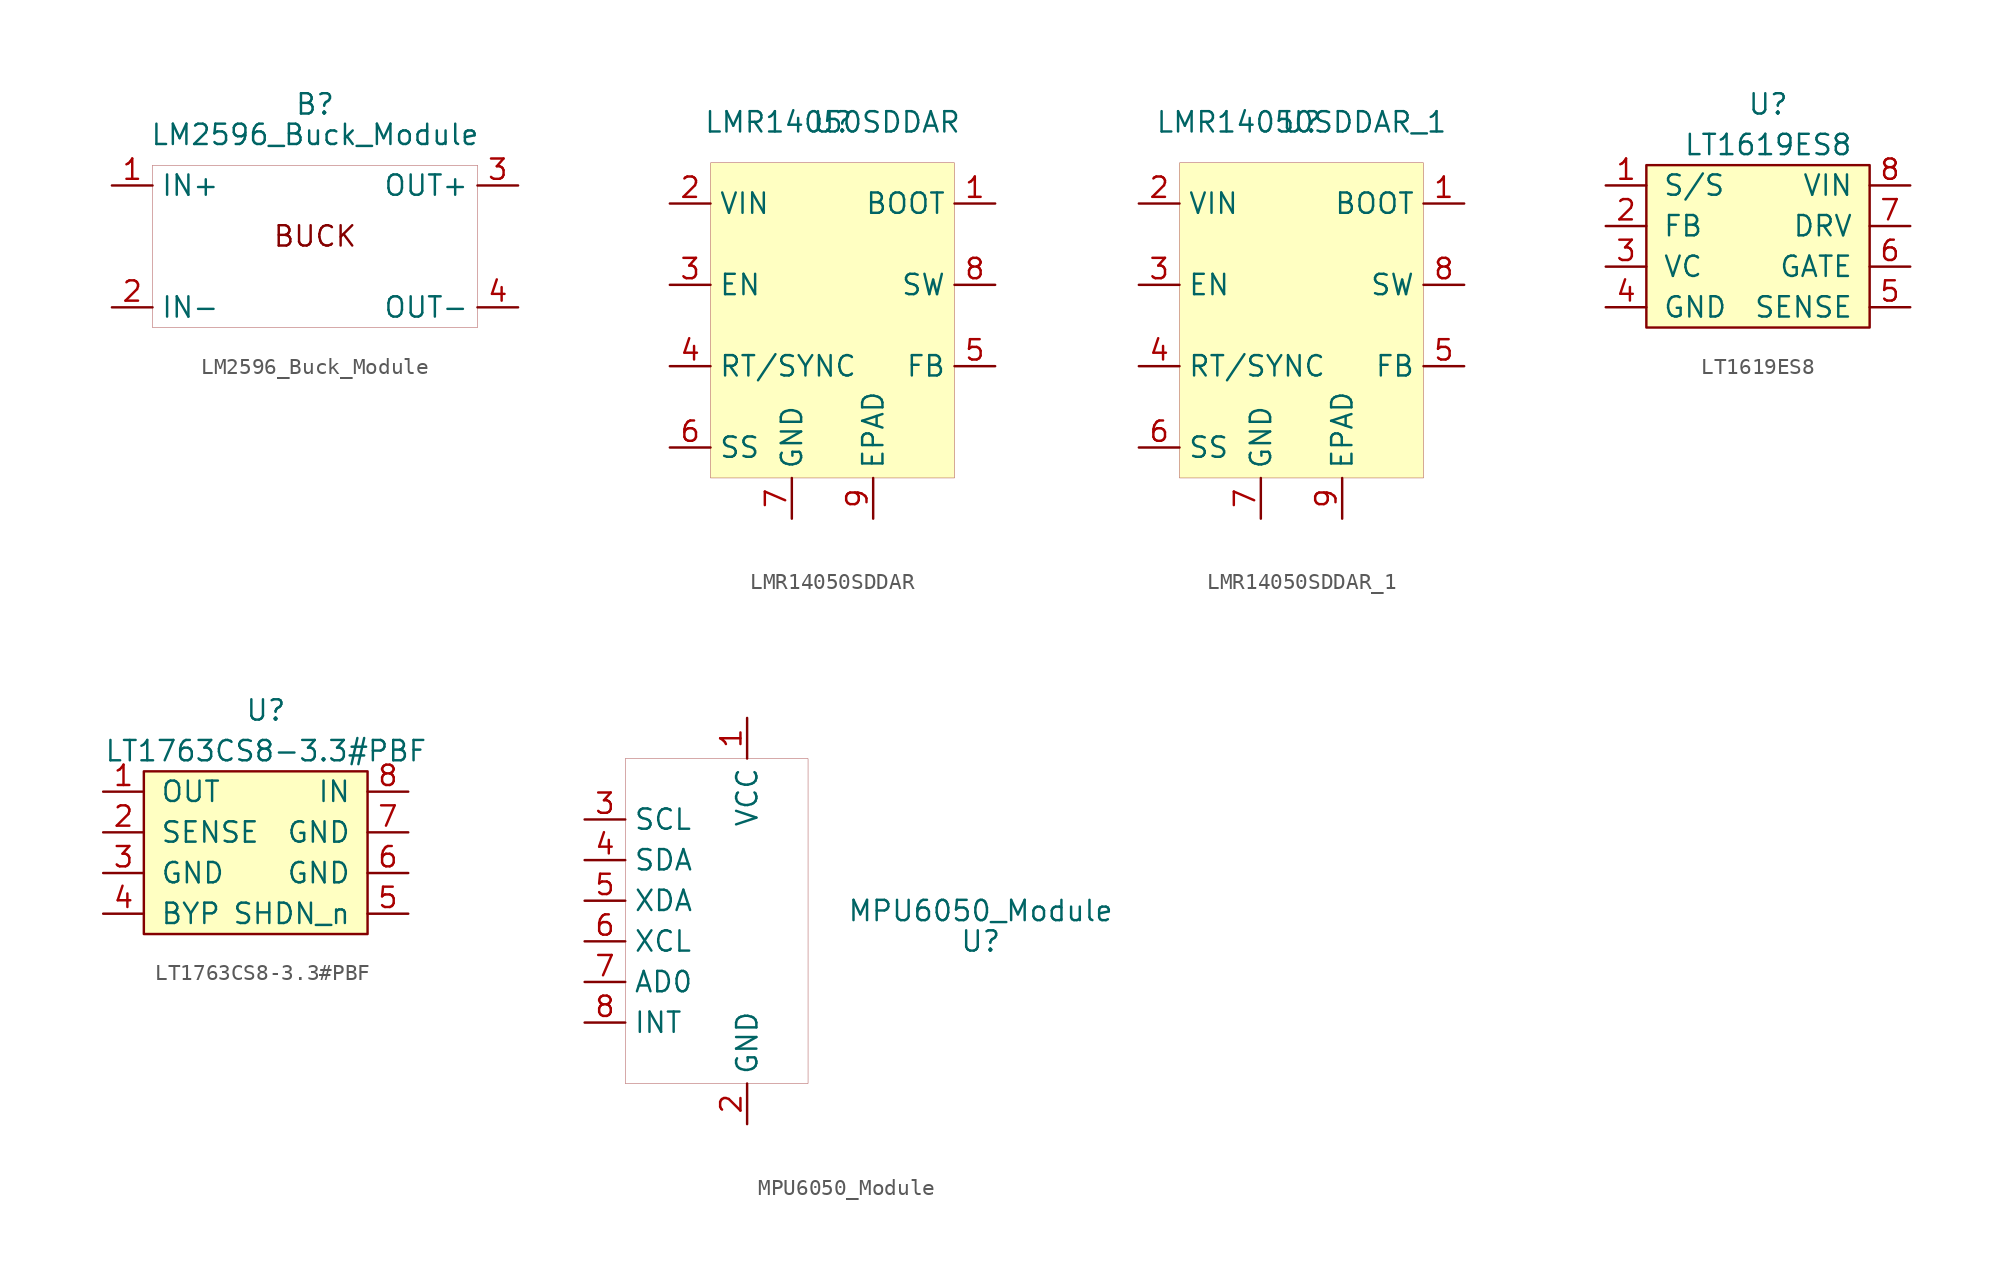
<source format=kicad_sym>
(kicad_symbol_lib
  (version 20211014)
  (generator kicad_symbol_editor)
  (symbol "LM2596_Buck_Module"
    (property "Reference" "B"
      (at 0 0 0)
      (effects (font (size 1.27 1.27))))
    (property "Value" "LM2596_Buck_Module"
      (at 0 -1.905 0)
      (effects (font (size 1.27 1.27))))
    (symbol "LM2596_Buck_Module_0_0"
      (text "BUCK" (at 0 -8.255 0) (effects (font (size 1.27 1.27)))))
    (symbol "LM2596_Buck_Module_0_1"
      (rectangle (start -10.16 -3.81) (end 10.16 -13.97) (stroke (width 0.001) (type default) (color 0 0 0 0)) (fill (type none))))
    (symbol "LM2596_Buck_Module_1_1"
      (pin power_in line (at -12.7 -5.08 0) (length 2.54) (name "IN+" (effects (font (size 1.27 1.27)))) (number "1" (effects (font (size 1.27 1.27)))))
      (pin power_in line (at -12.7 -12.7 0) (length 2.54) (name "IN-" (effects (font (size 1.27 1.27)))) (number "2" (effects (font (size 1.27 1.27)))))
      (pin power_out line (at 12.7 -5.08 180) (length 2.54) (name "OUT+" (effects (font (size 1.27 1.27)))) (number "3" (effects (font (size 1.27 1.27)))))
      (pin power_out line (at 12.7 -12.7 180) (length 2.54) (name "OUT-" (effects (font (size 1.27 1.27)))) (number "4" (effects (font (size 1.27 1.27)))))))
  (symbol "LMR14050SDDAR"
    (property "Reference" "U"
      (at 0 0 0)
      (effects (font (size 1.27 1.27))))
    (property "Value" "LMR14050SDDAR"
      (at 0 0 0)
      (effects (font (size 1.27 1.27))))
    (symbol "LMR14050SDDAR_0_1"
      (rectangle (start -7.62 -2.54) (end 7.62 -22.225) (stroke (width 0.001) (type default) (color 0 0 0 0)) (fill (type background))))
    (symbol "LMR14050SDDAR_1_1"
      (pin power_in line (at 10.16 -5.08 180) (length 2.54) (name "BOOT" (effects (font (size 1.27 1.27)))) (number "1" (effects (font (size 1.27 1.27)))))
      (pin power_in line (at -10.16 -5.08 0) (length 2.54) (name "VIN" (effects (font (size 1.27 1.27)))) (number "2" (effects (font (size 1.27 1.27)))))
      (pin input line (at -10.16 -10.16 0) (length 2.54) (name "EN" (effects (font (size 1.27 1.27)))) (number "3" (effects (font (size 1.27 1.27)))))
      (pin input line (at -10.16 -15.24 0) (length 2.54) (name "RT/SYNC" (effects (font (size 1.27 1.27)))) (number "4" (effects (font (size 1.27 1.27)))))
      (pin input line (at 10.16 -15.24 180) (length 2.54) (name "FB" (effects (font (size 1.27 1.27)))) (number "5" (effects (font (size 1.27 1.27)))))
      (pin input line (at -10.16 -20.32 0) (length 2.54) (name "SS" (effects (font (size 1.27 1.27)))) (number "6" (effects (font (size 1.27 1.27)))))
      (pin power_in line (at -2.54 -24.765 90) (length 2.54) (name "GND" (effects (font (size 1.27 1.27)))) (number "7" (effects (font (size 1.27 1.27)))))
      (pin output line (at 10.16 -10.16 180) (length 2.54) (name "SW" (effects (font (size 1.27 1.27)))) (number "8" (effects (font (size 1.27 1.27)))))
      (pin power_in line (at 2.54 -24.765 90) (length 2.54) (name "EPAD" (effects (font (size 1.27 1.27)))) (number "9" (effects (font (size 1.27 1.27)))))))
  (symbol "LMR14050SDDAR_1"
    (property "Reference" "U"
      (at 0 0 0)
      (effects (font (size 1.27 1.27))))
    (property "Value" "LMR14050SDDAR_1"
      (at 0 0 0)
      (effects (font (size 1.27 1.27))))
    (symbol "LMR14050SDDAR_1_0_1"
      (rectangle (start -7.62 -2.54) (end 7.62 -22.225) (stroke (width 0.001) (type default) (color 0 0 0 0)) (fill (type background))))
    (symbol "LMR14050SDDAR_1_1_1"
      (pin power_in line (at 10.16 -5.08 180) (length 2.54) (name "BOOT" (effects (font (size 1.27 1.27)))) (number "1" (effects (font (size 1.27 1.27)))))
      (pin power_in line (at -10.16 -5.08 0) (length 2.54) (name "VIN" (effects (font (size 1.27 1.27)))) (number "2" (effects (font (size 1.27 1.27)))))
      (pin input line (at -10.16 -10.16 0) (length 2.54) (name "EN" (effects (font (size 1.27 1.27)))) (number "3" (effects (font (size 1.27 1.27)))))
      (pin input line (at -10.16 -15.24 0) (length 2.54) (name "RT/SYNC" (effects (font (size 1.27 1.27)))) (number "4" (effects (font (size 1.27 1.27)))))
      (pin input line (at 10.16 -15.24 180) (length 2.54) (name "FB" (effects (font (size 1.27 1.27)))) (number "5" (effects (font (size 1.27 1.27)))))
      (pin input line (at -10.16 -20.32 0) (length 2.54) (name "SS" (effects (font (size 1.27 1.27)))) (number "6" (effects (font (size 1.27 1.27)))))
      (pin power_in line (at -2.54 -24.765 90) (length 2.54) (name "GND" (effects (font (size 1.27 1.27)))) (number "7" (effects (font (size 1.27 1.27)))))
      (pin output line (at 10.16 -10.16 180) (length 2.54) (name "SW" (effects (font (size 1.27 1.27)))) (number "8" (effects (font (size 1.27 1.27)))))
      (pin power_in line (at 2.54 -24.765 90) (length 2.54) (name "EPAD" (effects (font (size 1.27 1.27)))) (number "9" (effects (font (size 1.27 1.27)))))))
  (symbol "LT1619ES8"
    (pin_names
      (offset 1.016))
    (property "Reference" "U"
      (at 0 0 0)
      (effects (font (size 1.27 1.27))))
    (property "Value" "LT1619ES8"
      (at 0 -2.54 0)
      (effects (font (size 1.27 1.27))))
    (symbol "LT1619ES8_0_1"
      (rectangle (start -7.62 -3.81) (end 6.35 -13.97) (stroke (width 0) (type default) (color 0 0 0 0)) (fill (type background))))
    (symbol "LT1619ES8_1_1"
      (pin input line (at -10.16 -5.08 0) (length 2.54) (name "S/S" (effects (font (size 1.27 1.27)))) (number "1" (effects (font (size 1.27 1.27)))))
      (pin input line (at -10.16 -7.62 0) (length 2.54) (name "FB" (effects (font (size 1.27 1.27)))) (number "2" (effects (font (size 1.27 1.27)))))
      (pin passive line (at -10.16 -10.16 0) (length 2.54) (name "VC" (effects (font (size 1.27 1.27)))) (number "3" (effects (font (size 1.27 1.27)))))
      (pin passive line (at -10.16 -12.7 0) (length 2.54) (name "GND" (effects (font (size 1.27 1.27)))) (number "4" (effects (font (size 1.27 1.27)))))
      (pin input line (at 8.89 -12.7 180) (length 2.54) (name "SENSE" (effects (font (size 1.27 1.27)))) (number "5" (effects (font (size 1.27 1.27)))))
      (pin output line (at 8.89 -10.16 180) (length 2.54) (name "GATE" (effects (font (size 1.27 1.27)))) (number "6" (effects (font (size 1.27 1.27)))))
      (pin power_out line (at 8.89 -7.62 180) (length 2.54) (name "DRV" (effects (font (size 1.27 1.27)))) (number "7" (effects (font (size 1.27 1.27)))))
      (pin power_in line (at 8.89 -5.08 180) (length 2.54) (name "VIN" (effects (font (size 1.27 1.27)))) (number "8" (effects (font (size 1.27 1.27)))))))
  (symbol "LT1763CS8-3.3#PBF"
    (pin_names
      (offset 1.016))
    (property "Reference" "U"
      (at 0 0 0)
      (effects (font (size 1.27 1.27))))
    (property "Value" "LT1763CS8-3.3#PBF"
      (at 0 -2.54 0)
      (effects (font (size 1.27 1.27))))
    (symbol "LT1763CS8-3.3#PBF_0_1"
      (rectangle (start -7.62 -3.81) (end 6.35 -13.97) (stroke (width 0) (type default) (color 0 0 0 0)) (fill (type background))))
    (symbol "LT1763CS8-3.3#PBF_1_1"
      (pin input line (at -10.16 -5.08 0) (length 2.54) (name "OUT" (effects (font (size 1.27 1.27)))) (number "1" (effects (font (size 1.27 1.27)))))
      (pin input line (at -10.16 -7.62 0) (length 2.54) (name "SENSE" (effects (font (size 1.27 1.27)))) (number "2" (effects (font (size 1.27 1.27)))))
      (pin passive line (at -10.16 -10.16 0) (length 2.54) (name "GND" (effects (font (size 1.27 1.27)))) (number "3" (effects (font (size 1.27 1.27)))))
      (pin passive line (at -10.16 -12.7 0) (length 2.54) (name "BYP" (effects (font (size 1.27 1.27)))) (number "4" (effects (font (size 1.27 1.27)))))
      (pin input line (at 8.89 -12.7 180) (length 2.54) (name "SHDN_n" (effects (font (size 1.27 1.27)))) (number "5" (effects (font (size 1.27 1.27)))))
      (pin output line (at 8.89 -10.16 180) (length 2.54) (name "GND" (effects (font (size 1.27 1.27)))) (number "6" (effects (font (size 1.27 1.27)))))
      (pin power_out line (at 8.89 -7.62 180) (length 2.54) (name "GND" (effects (font (size 1.27 1.27)))) (number "7" (effects (font (size 1.27 1.27)))))
      (pin power_in line (at 8.89 -5.08 180) (length 2.54) (name "IN" (effects (font (size 1.27 1.27)))) (number "8" (effects (font (size 1.27 1.27)))))))
  (symbol "MPU6050_Module"
    (property "Reference" "U"
      (at 15.875 -1.27 0)
      (effects (font (size 1.27 1.27))))
    (property "Value" "MPU6050_Module"
      (at 15.875 0.635 0)
      (effects (font (size 1.27 1.27))))
    (symbol "MPU6050_Module_0_1"
      (rectangle (start -6.35 10.16) (end 5.08 -10.16) (stroke (width 0.001) (type default) (color 0 0 0 0)) (fill (type none))))
    (symbol "MPU6050_Module_1_1"
      (pin power_in line (at 1.27 12.7 270) (length 2.54) (name "VCC" (effects (font (size 1.27 1.27)))) (number "1" (effects (font (size 1.27 1.27)))))
      (pin power_in line (at 1.27 -12.7 90) (length 2.54) (name "GND" (effects (font (size 1.27 1.27)))) (number "2" (effects (font (size 1.27 1.27)))))
      (pin input line (at -8.89 6.35 0) (length 2.54) (name "SCL" (effects (font (size 1.27 1.27)))) (number "3" (effects (font (size 1.27 1.27)))))
      (pin bidirectional line (at -8.89 3.81 0) (length 2.54) (name "SDA" (effects (font (size 1.27 1.27)))) (number "4" (effects (font (size 1.27 1.27)))))
      (pin bidirectional line (at -8.89 1.27 0) (length 2.54) (name "XDA" (effects (font (size 1.27 1.27)))) (number "5" (effects (font (size 1.27 1.27)))))
      (pin input line (at -8.89 -1.27 0) (length 2.54) (name "XCL" (effects (font (size 1.27 1.27)))) (number "6" (effects (font (size 1.27 1.27)))))
      (pin input line (at -8.89 -3.81 0) (length 2.54) (name "AD0" (effects (font (size 1.27 1.27)))) (number "7" (effects (font (size 1.27 1.27)))))
      (pin output line (at -8.89 -6.35 0) (length 2.54) (name "INT" (effects (font (size 1.27 1.27)))) (number "8" (effects (font (size 1.27 1.27))))))))
</source>
